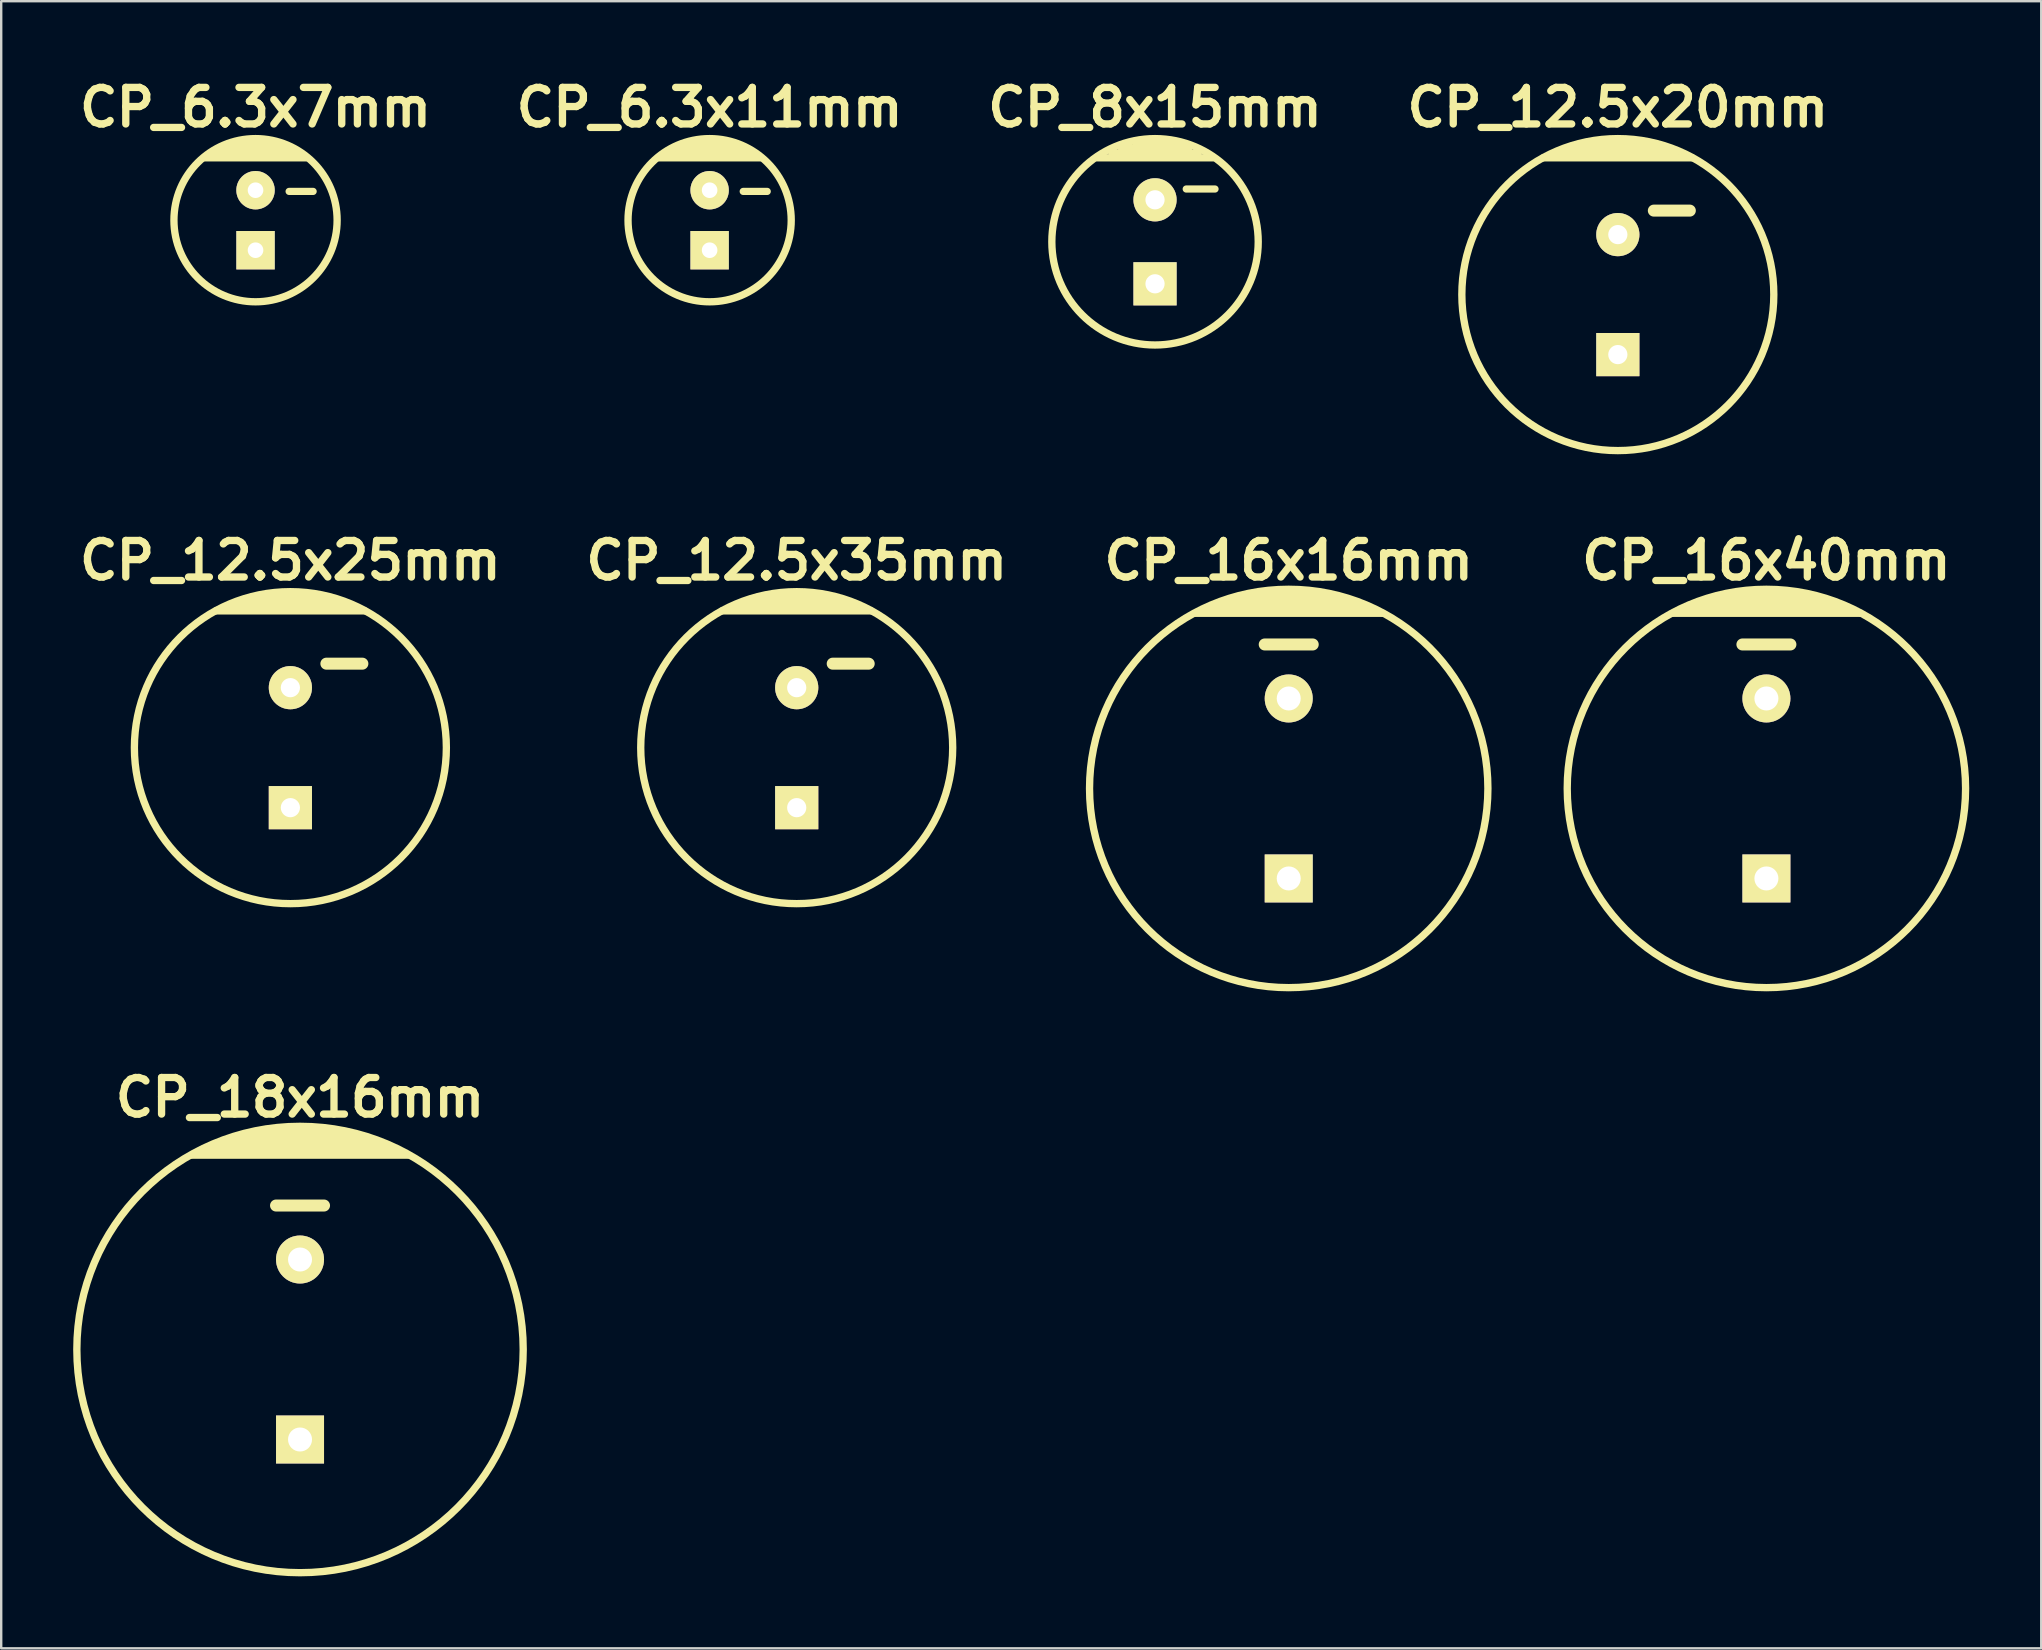
<source format=kicad_pcb>
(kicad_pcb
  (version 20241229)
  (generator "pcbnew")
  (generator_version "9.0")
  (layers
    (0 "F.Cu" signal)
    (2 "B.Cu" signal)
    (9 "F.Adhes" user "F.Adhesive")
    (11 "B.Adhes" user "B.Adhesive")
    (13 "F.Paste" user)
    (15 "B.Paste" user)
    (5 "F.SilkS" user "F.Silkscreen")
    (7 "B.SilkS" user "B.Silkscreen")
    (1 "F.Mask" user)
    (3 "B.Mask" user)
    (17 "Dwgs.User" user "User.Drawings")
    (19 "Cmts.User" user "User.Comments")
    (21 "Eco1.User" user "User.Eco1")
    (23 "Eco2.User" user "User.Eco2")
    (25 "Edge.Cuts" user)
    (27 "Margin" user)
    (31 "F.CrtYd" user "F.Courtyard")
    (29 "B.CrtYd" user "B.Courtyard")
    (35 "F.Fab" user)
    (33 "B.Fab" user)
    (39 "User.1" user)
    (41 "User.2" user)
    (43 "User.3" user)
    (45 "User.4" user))
  (footprint "CP_16x16mm"
    (layer "F.Cu")
    (at 50.651 29.805)
    (property "Reference" "CP_16x16mm" (at 0 -9.5 0) (layer "F.SilkS") (effects (font (size 1.524 1.524) (thickness 0.305))))
    (attr through_hole)
    (fp_line (start -3.4 -7.5) (end 3.4 -7.5) (stroke (width 0.305) (type solid)) (layer "F.SilkS"))
    (fp_line (start -2.4 -7.9) (end 2.4 -7.9) (stroke (width 0.305) (type solid)) (layer "F.SilkS"))
    (fp_line (start -1.7 -8.1) (end 1.7 -8.1) (stroke (width 0.305) (type solid)) (layer "F.SilkS"))
    (fp_line (start -1 -6) (end 1 -6) (stroke (width 0.5) (type solid)) (layer "F.SilkS"))
    (fp_line (start 3 -7.7) (end -2.9 -7.7) (stroke (width 0.305) (type solid)) (layer "F.SilkS"))
    (fp_line (start 3.9 -7.3) (end -3.9 -7.3) (stroke (width 0.305) (type solid)) (layer "F.SilkS"))
    (fp_circle (center 0 0) (end -8.3 0) (stroke (width 0.305) (type solid)) (fill no) (layer "F.SilkS"))
    (pad "1" thru_hole rect (at 0 3.75) (size 2 2) (drill 1) (layers "*.Cu" "*.Mask" "F.SilkS"))
    (pad "2" thru_hole circle (at 0 -3.75) (size 2 2) (drill 1) (layers "*.Cu" "*.Mask" "F.SilkS")))
  (footprint "CP_6.3x11mm"
    (layer "F.Cu")
    (at 26.52 6.126)
    (property "Reference" "CP_6.3x11mm" (at 0 -4.7 0) (layer "F.SilkS") (effects (font (size 1.524 1.524) (thickness 0.305))))
    (attr through_hole)
    (fp_line (start -2.1 -2.6) (end 2.1 -2.6) (stroke (width 0.305) (type solid)) (layer "F.SilkS"))
    (fp_line (start -1.8 -2.8) (end 1.8 -2.8) (stroke (width 0.305) (type solid)) (layer "F.SilkS"))
    (fp_line (start -1.4 -3) (end 1.4 -3) (stroke (width 0.305) (type solid)) (layer "F.SilkS"))
    (fp_line (start -0.8 -3.2) (end 0.9 -3.2) (stroke (width 0.305) (type solid)) (layer "F.SilkS"))
    (fp_line (start 1.4 -1.2) (end 2.4 -1.2) (stroke (width 0.3) (type solid)) (layer "F.SilkS"))
    (fp_circle (center 0 0) (end -3.4 0) (stroke (width 0.305) (type solid)) (fill no) (layer "F.SilkS"))
    (pad "1" thru_hole rect (at 0 1.25) (size 1.6 1.6) (drill 0.65) (layers "*.Cu" "*.Mask" "F.SilkS"))
    (pad "2" thru_hole circle (at 0 -1.25) (size 1.6 1.6) (drill 0.65) (layers "*.Cu" "*.Mask" "F.SilkS")))
  (footprint "CP_16x40mm"
    (layer "F.Cu")
    (at 70.556 29.805)
    (property "Reference" "CP_16x40mm" (at 0 -9.5 0) (layer "F.SilkS") (effects (font (size 1.524 1.524) (thickness 0.305))))
    (attr through_hole)
    (fp_line (start -3.4 -7.5) (end 3.4 -7.5) (stroke (width 0.305) (type solid)) (layer "F.SilkS"))
    (fp_line (start -2.4 -7.9) (end 2.4 -7.9) (stroke (width 0.305) (type solid)) (layer "F.SilkS"))
    (fp_line (start -1.7 -8.1) (end 1.7 -8.1) (stroke (width 0.305) (type solid)) (layer "F.SilkS"))
    (fp_line (start -1 -6) (end 1 -6) (stroke (width 0.5) (type solid)) (layer "F.SilkS"))
    (fp_line (start 3 -7.7) (end -2.9 -7.7) (stroke (width 0.305) (type solid)) (layer "F.SilkS"))
    (fp_line (start 3.9 -7.3) (end -3.9 -7.3) (stroke (width 0.305) (type solid)) (layer "F.SilkS"))
    (fp_circle (center 0 0) (end -8.3 0) (stroke (width 0.305) (type solid)) (fill no) (layer "F.SilkS"))
    (pad "1" thru_hole rect (at 0 3.75) (size 2 2) (drill 1) (layers "*.Cu" "*.Mask" "F.SilkS"))
    (pad "2" thru_hole circle (at 0 -3.75) (size 2 2) (drill 1) (layers "*.Cu" "*.Mask" "F.SilkS")))
  (footprint "CP_18x16mm"
    (layer "F.Cu")
    (at 9.452 53.184)
    (property "Reference" "CP_18x16mm" (at 0 -10.5 0) (layer "F.SilkS") (effects (font (size 1.524 1.524) (thickness 0.305))))
    (attr through_hole)
    (fp_line (start -4.5 -8.1) (end 4.5 -8.1) (stroke (width 0.305) (type solid)) (layer "F.SilkS"))
    (fp_line (start -4.1 -8.3) (end 4.1 -8.3) (stroke (width 0.305) (type solid)) (layer "F.SilkS"))
    (fp_line (start -3.2 -8.7) (end 3.2 -8.7) (stroke (width 0.305) (type solid)) (layer "F.SilkS"))
    (fp_line (start -1.8 -9.1) (end 1.8 -9.1) (stroke (width 0.305) (type solid)) (layer "F.SilkS"))
    (fp_line (start -1 -6) (end 1 -6) (stroke (width 0.5) (type solid)) (layer "F.SilkS"))
    (fp_line (start 2.6 -8.9) (end -2.6 -8.9) (stroke (width 0.305) (type solid)) (layer "F.SilkS"))
    (fp_line (start 3.7 -8.5) (end -3.7 -8.5) (stroke (width 0.305) (type solid)) (layer "F.SilkS"))
    (fp_circle (center 0 0) (end -9.3 0) (stroke (width 0.305) (type solid)) (fill no) (layer "F.SilkS"))
    (pad "1" thru_hole rect (at 0 3.75) (size 2 2) (drill 1) (layers "*.Cu" "*.Mask" "F.SilkS"))
    (pad "2" thru_hole circle (at 0 -3.75) (size 2 2) (drill 1) (layers "*.Cu" "*.Mask" "F.SilkS")))
  (footprint "CP_12.5x25mm"
    (layer "F.Cu")
    (at 9.05 28.105)
    (property "Reference" "CP_12.5x25mm" (at 0 -7.8 0) (layer "F.SilkS") (effects (font (size 1.524 1.524) (thickness 0.305))))
    (attr through_hole)
    (fp_line (start -3.1 -5.7) (end 3.1 -5.7) (stroke (width 0.305) (type solid)) (layer "F.SilkS"))
    (fp_line (start -1.4 -6.3) (end 1.4 -6.3) (stroke (width 0.305) (type solid)) (layer "F.SilkS"))
    (fp_line (start 1.5 -3.5) (end 3 -3.5) (stroke (width 0.5) (type solid)) (layer "F.SilkS"))
    (fp_line (start 2 -6.1) (end -2 -6.1) (stroke (width 0.305) (type solid)) (layer "F.SilkS"))
    (fp_line (start 2.4 -5.9) (end -2.4 -5.9) (stroke (width 0.305) (type solid)) (layer "F.SilkS"))
    (fp_circle (center 0 0) (end -6.5 0) (stroke (width 0.305) (type solid)) (fill no) (layer "F.SilkS"))
    (pad "1" thru_hole rect (at 0 2.5) (size 1.8 1.8) (drill 0.8) (layers "*.Cu" "*.Mask" "F.SilkS"))
    (pad "2" thru_hole circle (at 0 -2.5) (size 1.8 1.8) (drill 0.8) (layers "*.Cu" "*.Mask" "F.SilkS")))
  (footprint "CP_8x15mm"
    (layer "F.Cu")
    (at 45.08 7.026)
    (property "Reference" "CP_8x15mm" (at 0 -5.6 0) (layer "F.SilkS") (effects (font (size 1.524 1.524) (thickness 0.305))))
    (attr through_hole)
    (fp_line (start -2.4 -3.5) (end 2.4 -3.5) (stroke (width 0.305) (type solid)) (layer "F.SilkS"))
    (fp_line (start -1.8 -3.7) (end 1.8 -3.7) (stroke (width 0.305) (type solid)) (layer "F.SilkS"))
    (fp_line (start -1.4 -3.9) (end 1.4 -3.9) (stroke (width 0.305) (type solid)) (layer "F.SilkS"))
    (fp_line (start -0.8 -4.1) (end 0.9 -4.1) (stroke (width 0.305) (type solid)) (layer "F.SilkS"))
    (fp_line (start 1.3 -2.2) (end 2.5 -2.2) (stroke (width 0.3) (type solid)) (layer "F.SilkS"))
    (fp_circle (center 0 0) (end -4.3 0) (stroke (width 0.305) (type solid)) (fill no) (layer "F.SilkS"))
    (pad "1" thru_hole rect (at 0 1.75) (size 1.8 1.8) (drill 0.8) (layers "*.Cu" "*.Mask" "F.SilkS"))
    (pad "2" thru_hole circle (at 0 -1.75) (size 1.8 1.8) (drill 0.8) (layers "*.Cu" "*.Mask" "F.SilkS")))
  (footprint "CP_12.5x35mm"
    (layer "F.Cu")
    (at 30.149 28.105)
    (property "Reference" "CP_12.5x35mm" (at 0 -7.8 0) (layer "F.SilkS") (effects (font (size 1.524 1.524) (thickness 0.305))))
    (attr through_hole)
    (fp_line (start -3.1 -5.7) (end 3.1 -5.7) (stroke (width 0.305) (type solid)) (layer "F.SilkS"))
    (fp_line (start -1.4 -6.3) (end 1.4 -6.3) (stroke (width 0.305) (type solid)) (layer "F.SilkS"))
    (fp_line (start 1.5 -3.5) (end 3 -3.5) (stroke (width 0.5) (type solid)) (layer "F.SilkS"))
    (fp_line (start 2 -6.1) (end -2 -6.1) (stroke (width 0.305) (type solid)) (layer "F.SilkS"))
    (fp_line (start 2.4 -5.9) (end -2.4 -5.9) (stroke (width 0.305) (type solid)) (layer "F.SilkS"))
    (fp_circle (center 0 0) (end -6.5 0) (stroke (width 0.305) (type solid)) (fill no) (layer "F.SilkS"))
    (pad "1" thru_hole rect (at 0 2.5) (size 1.8 1.8) (drill 0.8) (layers "*.Cu" "*.Mask" "F.SilkS"))
    (pad "2" thru_hole circle (at 0 -2.5) (size 1.8 1.8) (drill 0.8) (layers "*.Cu" "*.Mask" "F.SilkS")))
  (footprint "CP_12.5x20mm"
    (layer "F.Cu")
    (at 64.365 9.226)
    (property "Reference" "CP_12.5x20mm" (at 0 -7.8 0) (layer "F.SilkS") (effects (font (size 1.524 1.524) (thickness 0.305))))
    (attr through_hole)
    (fp_line (start -3.1 -5.7) (end 3.1 -5.7) (stroke (width 0.305) (type solid)) (layer "F.SilkS"))
    (fp_line (start -1.4 -6.3) (end 1.4 -6.3) (stroke (width 0.305) (type solid)) (layer "F.SilkS"))
    (fp_line (start 1.5 -3.5) (end 3 -3.5) (stroke (width 0.5) (type solid)) (layer "F.SilkS"))
    (fp_line (start 2 -6.1) (end -2 -6.1) (stroke (width 0.305) (type solid)) (layer "F.SilkS"))
    (fp_line (start 2.4 -5.9) (end -2.4 -5.9) (stroke (width 0.305) (type solid)) (layer "F.SilkS"))
    (fp_circle (center 0 0) (end -6.5 0) (stroke (width 0.305) (type solid)) (fill no) (layer "F.SilkS"))
    (pad "1" thru_hole rect (at 0 2.5) (size 1.8 1.8) (drill 0.8) (layers "*.Cu" "*.Mask" "F.SilkS"))
    (pad "2" thru_hole circle (at 0 -2.5) (size 1.8 1.8) (drill 0.8) (layers "*.Cu" "*.Mask" "F.SilkS")))
  (footprint "CP_6.3x7mm"
    (layer "F.Cu")
    (at 7.598 6.126)
    (property "Reference" "CP_6.3x7mm" (at 0 -4.7 0) (layer "F.SilkS") (effects (font (size 1.524 1.524) (thickness 0.305))))
    (attr through_hole)
    (fp_line (start -2.1 -2.6) (end 2.1 -2.6) (stroke (width 0.305) (type solid)) (layer "F.SilkS"))
    (fp_line (start -1.8 -2.8) (end 1.8 -2.8) (stroke (width 0.305) (type solid)) (layer "F.SilkS"))
    (fp_line (start -1.4 -3) (end 1.4 -3) (stroke (width 0.305) (type solid)) (layer "F.SilkS"))
    (fp_line (start -0.8 -3.2) (end 0.9 -3.2) (stroke (width 0.305) (type solid)) (layer "F.SilkS"))
    (fp_line (start 1.4 -1.2) (end 2.4 -1.2) (stroke (width 0.3) (type solid)) (layer "F.SilkS"))
    (fp_circle (center 0 0) (end -3.4 0) (stroke (width 0.305) (type solid)) (fill no) (layer "F.SilkS"))
    (pad "1" thru_hole rect (at 0 1.25) (size 1.6 1.6) (drill 0.65) (layers "*.Cu" "*.Mask" "F.SilkS"))
    (pad "2" thru_hole circle (at 0 -1.25) (size 1.6 1.6) (drill 0.65) (layers "*.Cu" "*.Mask" "F.SilkS")))
  (gr_rect
    (start -3 -3)
    (end 82.008 65.637)
    (stroke (width 0.1) (type default))
    (fill no)
    (layer "Edge.Cuts")))
</source>
